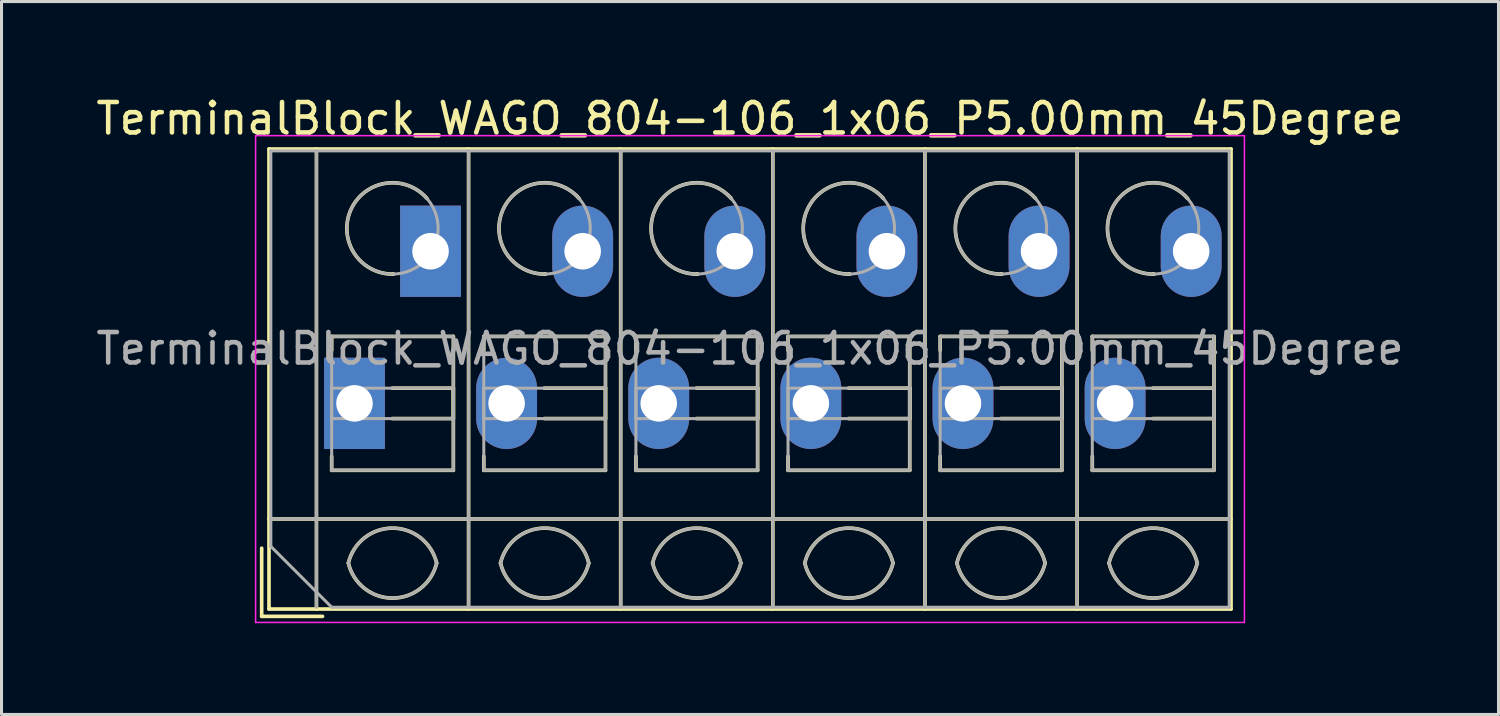
<source format=kicad_pcb>
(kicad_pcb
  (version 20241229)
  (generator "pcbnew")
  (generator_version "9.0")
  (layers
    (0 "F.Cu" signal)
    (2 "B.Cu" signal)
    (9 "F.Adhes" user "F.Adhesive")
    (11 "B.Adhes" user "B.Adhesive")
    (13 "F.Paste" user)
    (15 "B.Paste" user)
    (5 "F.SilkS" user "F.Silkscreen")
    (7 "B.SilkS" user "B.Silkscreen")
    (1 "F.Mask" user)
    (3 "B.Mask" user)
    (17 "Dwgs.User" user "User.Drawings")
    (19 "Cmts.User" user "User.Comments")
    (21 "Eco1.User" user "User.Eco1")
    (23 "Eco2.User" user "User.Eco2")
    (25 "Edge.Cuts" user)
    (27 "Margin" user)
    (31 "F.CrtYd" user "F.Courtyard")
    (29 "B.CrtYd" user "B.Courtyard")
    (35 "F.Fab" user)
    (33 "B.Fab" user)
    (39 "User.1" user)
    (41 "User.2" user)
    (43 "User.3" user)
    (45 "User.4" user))
  (footprint "TerminalBlock_WAGO_804-106_1x06_P5.00mm_45Degree"
    (layer "F.Cu")
    (at 8.601 10.208)
    (property "Reference" "TerminalBlock_WAGO_804-106_1x06_P5.00mm_45Degree" (at 13 -9.36 0) (layer "F.SilkS") (effects (font (size 1 1) (thickness 0.15))))
    (attr through_hole)
    (fp_line (start -3.05 4.76) (end -3.05 7) (stroke (width 0.12) (type solid)) (layer "F.SilkS"))
    (fp_line (start -3.05 7) (end -1.05 7) (stroke (width 0.12) (type solid)) (layer "F.SilkS"))
    (fp_line (start -2.81 -8.361) (end -2.81 6.76) (stroke (width 0.12) (type solid)) (layer "F.SilkS"))
    (fp_line (start -2.81 -8.361) (end 28.81 -8.361) (stroke (width 0.12) (type solid)) (layer "F.SilkS"))
    (fp_line (start -2.81 3.8) (end 28.81 3.8) (stroke (width 0.12) (type solid)) (layer "F.SilkS"))
    (fp_line (start -2.81 6.76) (end 28.81 6.76) (stroke (width 0.12) (type solid)) (layer "F.SilkS"))
    (fp_line (start -1.25 -8.361) (end -1.25 6.76) (stroke (width 0.12) (type solid)) (layer "F.SilkS"))
    (fp_line (start -0.75 -2.2) (end -0.75 -1.74) (stroke (width 0.12) (type solid)) (layer "F.SilkS"))
    (fp_line (start -0.75 -2.2) (end 3.25 -2.2) (stroke (width 0.12) (type solid)) (layer "F.SilkS"))
    (fp_line (start -0.75 1.74) (end -0.75 2.2) (stroke (width 0.12) (type solid)) (layer "F.SilkS"))
    (fp_line (start -0.75 2.2) (end 3.25 2.2) (stroke (width 0.12) (type solid)) (layer "F.SilkS"))
    (fp_line (start 1.24 -0.5) (end 3.25 -0.5) (stroke (width 0.12) (type solid)) (layer "F.SilkS"))
    (fp_line (start 1.24 0.5) (end 3.25 0.5) (stroke (width 0.12) (type solid)) (layer "F.SilkS"))
    (fp_line (start 3.25 -2.2) (end 3.25 2.2) (stroke (width 0.12) (type solid)) (layer "F.SilkS"))
    (fp_line (start 3.25 -0.5) (end 3.25 0.5) (stroke (width 0.12) (type solid)) (layer "F.SilkS"))
    (fp_line (start 3.75 -8.361) (end 3.75 6.76) (stroke (width 0.12) (type solid)) (layer "F.SilkS"))
    (fp_line (start 4.25 -2.2) (end 4.25 -1.74) (stroke (width 0.12) (type solid)) (layer "F.SilkS"))
    (fp_line (start 4.25 -2.2) (end 8.25 -2.2) (stroke (width 0.12) (type solid)) (layer "F.SilkS"))
    (fp_line (start 4.25 1.74) (end 4.25 2.2) (stroke (width 0.12) (type solid)) (layer "F.SilkS"))
    (fp_line (start 4.25 2.2) (end 8.25 2.2) (stroke (width 0.12) (type solid)) (layer "F.SilkS"))
    (fp_line (start 6.24 -0.5) (end 8.25 -0.5) (stroke (width 0.12) (type solid)) (layer "F.SilkS"))
    (fp_line (start 6.24 0.5) (end 8.25 0.5) (stroke (width 0.12) (type solid)) (layer "F.SilkS"))
    (fp_line (start 8.25 -2.2) (end 8.25 2.2) (stroke (width 0.12) (type solid)) (layer "F.SilkS"))
    (fp_line (start 8.25 -0.5) (end 8.25 0.5) (stroke (width 0.12) (type solid)) (layer "F.SilkS"))
    (fp_line (start 8.75 -8.361) (end 8.75 6.76) (stroke (width 0.12) (type solid)) (layer "F.SilkS"))
    (fp_line (start 9.25 -2.2) (end 9.25 -1.74) (stroke (width 0.12) (type solid)) (layer "F.SilkS"))
    (fp_line (start 9.25 -2.2) (end 13.25 -2.2) (stroke (width 0.12) (type solid)) (layer "F.SilkS"))
    (fp_line (start 9.25 1.74) (end 9.25 2.2) (stroke (width 0.12) (type solid)) (layer "F.SilkS"))
    (fp_line (start 9.25 2.2) (end 13.25 2.2) (stroke (width 0.12) (type solid)) (layer "F.SilkS"))
    (fp_line (start 11.24 -0.5) (end 13.25 -0.5) (stroke (width 0.12) (type solid)) (layer "F.SilkS"))
    (fp_line (start 11.24 0.5) (end 13.25 0.5) (stroke (width 0.12) (type solid)) (layer "F.SilkS"))
    (fp_line (start 13.25 -2.2) (end 13.25 2.2) (stroke (width 0.12) (type solid)) (layer "F.SilkS"))
    (fp_line (start 13.25 -0.5) (end 13.25 0.5) (stroke (width 0.12) (type solid)) (layer "F.SilkS"))
    (fp_line (start 13.75 -8.361) (end 13.75 6.76) (stroke (width 0.12) (type solid)) (layer "F.SilkS"))
    (fp_line (start 14.25 -2.2) (end 14.25 -1.74) (stroke (width 0.12) (type solid)) (layer "F.SilkS"))
    (fp_line (start 14.25 -2.2) (end 18.25 -2.2) (stroke (width 0.12) (type solid)) (layer "F.SilkS"))
    (fp_line (start 14.25 1.74) (end 14.25 2.2) (stroke (width 0.12) (type solid)) (layer "F.SilkS"))
    (fp_line (start 14.25 2.2) (end 18.25 2.2) (stroke (width 0.12) (type solid)) (layer "F.SilkS"))
    (fp_line (start 16.24 -0.5) (end 18.25 -0.5) (stroke (width 0.12) (type solid)) (layer "F.SilkS"))
    (fp_line (start 16.24 0.5) (end 18.25 0.5) (stroke (width 0.12) (type solid)) (layer "F.SilkS"))
    (fp_line (start 18.25 -2.2) (end 18.25 2.2) (stroke (width 0.12) (type solid)) (layer "F.SilkS"))
    (fp_line (start 18.25 -0.5) (end 18.25 0.5) (stroke (width 0.12) (type solid)) (layer "F.SilkS"))
    (fp_line (start 18.75 -8.361) (end 18.75 6.76) (stroke (width 0.12) (type solid)) (layer "F.SilkS"))
    (fp_line (start 19.25 -2.2) (end 19.25 -1.74) (stroke (width 0.12) (type solid)) (layer "F.SilkS"))
    (fp_line (start 19.25 -2.2) (end 23.25 -2.2) (stroke (width 0.12) (type solid)) (layer "F.SilkS"))
    (fp_line (start 19.25 1.74) (end 19.25 2.2) (stroke (width 0.12) (type solid)) (layer "F.SilkS"))
    (fp_line (start 19.25 2.2) (end 23.25 2.2) (stroke (width 0.12) (type solid)) (layer "F.SilkS"))
    (fp_line (start 21.24 -0.5) (end 23.25 -0.5) (stroke (width 0.12) (type solid)) (layer "F.SilkS"))
    (fp_line (start 21.24 0.5) (end 23.25 0.5) (stroke (width 0.12) (type solid)) (layer "F.SilkS"))
    (fp_line (start 23.25 -2.2) (end 23.25 2.2) (stroke (width 0.12) (type solid)) (layer "F.SilkS"))
    (fp_line (start 23.25 -0.5) (end 23.25 0.5) (stroke (width 0.12) (type solid)) (layer "F.SilkS"))
    (fp_line (start 23.75 -8.361) (end 23.75 6.76) (stroke (width 0.12) (type solid)) (layer "F.SilkS"))
    (fp_line (start 24.25 -2.2) (end 24.25 -1.74) (stroke (width 0.12) (type solid)) (layer "F.SilkS"))
    (fp_line (start 24.25 -2.2) (end 28.25 -2.2) (stroke (width 0.12) (type solid)) (layer "F.SilkS"))
    (fp_line (start 24.25 1.74) (end 24.25 2.2) (stroke (width 0.12) (type solid)) (layer "F.SilkS"))
    (fp_line (start 24.25 2.2) (end 28.25 2.2) (stroke (width 0.12) (type solid)) (layer "F.SilkS"))
    (fp_line (start 26.24 -0.5) (end 28.25 -0.5) (stroke (width 0.12) (type solid)) (layer "F.SilkS"))
    (fp_line (start 26.24 0.5) (end 28.25 0.5) (stroke (width 0.12) (type solid)) (layer "F.SilkS"))
    (fp_line (start 28.25 -2.2) (end 28.25 2.2) (stroke (width 0.12) (type solid)) (layer "F.SilkS"))
    (fp_line (start 28.25 -0.5) (end 28.25 0.5) (stroke (width 0.12) (type solid)) (layer "F.SilkS"))
    (fp_line (start 28.81 -8.361) (end 28.81 6.76) (stroke (width 0.12) (type solid)) (layer "F.SilkS"))
    (fp_arc (start -0.200865 5.250424) (mid 1.250296 4.099926) (end 2.701 5.251) (stroke (width 0.12) (type solid)) (layer "F.SilkS"))
    (fp_arc (start 1.276179 -4.250228) (mid 1.26309 -4.250057) (end 1.25 -4.25) (stroke (width 0.12) (type solid)) (layer "F.SilkS"))
    (fp_arc (start 1.276275 -4.248926) (mid -0.121539 -6.360568) (end 2.383 -6.735) (stroke (width 0.12) (type solid)) (layer "F.SilkS"))
    (fp_arc (start 2.7 5.25) (mid 1.250068 6.400101) (end -0.199969 5.250133) (stroke (width 0.12) (type solid)) (layer "F.SilkS"))
    (fp_arc (start 4.799135 5.250424) (mid 6.250296 4.099926) (end 7.701 5.251) (stroke (width 0.12) (type solid)) (layer "F.SilkS"))
    (fp_arc (start 6.276179 -4.250228) (mid 6.26309 -4.250057) (end 6.25 -4.25) (stroke (width 0.12) (type solid)) (layer "F.SilkS"))
    (fp_arc (start 6.276275 -4.248926) (mid 4.878461 -6.360568) (end 7.383 -6.735) (stroke (width 0.12) (type solid)) (layer "F.SilkS"))
    (fp_arc (start 7.7 5.25) (mid 6.250068 6.400101) (end 4.800031 5.250133) (stroke (width 0.12) (type solid)) (layer "F.SilkS"))
    (fp_arc (start 9.799135 5.250424) (mid 11.250296 4.099926) (end 12.701 5.251) (stroke (width 0.12) (type solid)) (layer "F.SilkS"))
    (fp_arc (start 11.276179 -4.250228) (mid 11.26309 -4.250057) (end 11.25 -4.25) (stroke (width 0.12) (type solid)) (layer "F.SilkS"))
    (fp_arc (start 11.276275 -4.248926) (mid 9.878461 -6.360568) (end 12.383 -6.735) (stroke (width 0.12) (type solid)) (layer "F.SilkS"))
    (fp_arc (start 12.7 5.25) (mid 11.250068 6.400101) (end 9.800031 5.250133) (stroke (width 0.12) (type solid)) (layer "F.SilkS"))
    (fp_arc (start 14.799135 5.250424) (mid 16.250296 4.099926) (end 17.701 5.251) (stroke (width 0.12) (type solid)) (layer "F.SilkS"))
    (fp_arc (start 16.276179 -4.250228) (mid 16.26309 -4.250057) (end 16.25 -4.25) (stroke (width 0.12) (type solid)) (layer "F.SilkS"))
    (fp_arc (start 16.276275 -4.248926) (mid 14.878461 -6.360568) (end 17.383 -6.735) (stroke (width 0.12) (type solid)) (layer "F.SilkS"))
    (fp_arc (start 17.7 5.25) (mid 16.250068 6.400101) (end 14.800031 5.250133) (stroke (width 0.12) (type solid)) (layer "F.SilkS"))
    (fp_arc (start 19.799135 5.250424) (mid 21.250296 4.099926) (end 22.701 5.251) (stroke (width 0.12) (type solid)) (layer "F.SilkS"))
    (fp_arc (start 21.276179 -4.250228) (mid 21.26309 -4.250057) (end 21.25 -4.25) (stroke (width 0.12) (type solid)) (layer "F.SilkS"))
    (fp_arc (start 21.276275 -4.248926) (mid 19.878461 -6.360568) (end 22.383 -6.735) (stroke (width 0.12) (type solid)) (layer "F.SilkS"))
    (fp_arc (start 22.7 5.25) (mid 21.250068 6.400101) (end 19.800031 5.250133) (stroke (width 0.12) (type solid)) (layer "F.SilkS"))
    (fp_arc (start 24.799135 5.250424) (mid 26.250296 4.099926) (end 27.701 5.251) (stroke (width 0.12) (type solid)) (layer "F.SilkS"))
    (fp_arc (start 26.276179 -4.250228) (mid 26.26309 -4.250057) (end 26.25 -4.25) (stroke (width 0.12) (type solid)) (layer "F.SilkS"))
    (fp_arc (start 26.276275 -4.248926) (mid 24.878461 -6.360568) (end 27.383 -6.735) (stroke (width 0.12) (type solid)) (layer "F.SilkS"))
    (fp_arc (start 27.7 5.25) (mid 26.250068 6.400101) (end 24.800031 5.250133) (stroke (width 0.12) (type solid)) (layer "F.SilkS"))
    (fp_line (start -3.25 -8.8) (end -3.25 7.2) (stroke (width 0.05) (type solid)) (layer "F.CrtYd"))
    (fp_line (start -3.25 7.2) (end 29.25 7.2) (stroke (width 0.05) (type solid)) (layer "F.CrtYd"))
    (fp_line (start 29.25 -8.8) (end -3.25 -8.8) (stroke (width 0.05) (type solid)) (layer "F.CrtYd"))
    (fp_line (start 29.25 7.2) (end 29.25 -8.8) (stroke (width 0.05) (type solid)) (layer "F.CrtYd"))
    (fp_line (start -2.75 -8.3) (end 28.75 -8.3) (stroke (width 0.1) (type solid)) (layer "F.Fab"))
    (fp_line (start -2.75 3.8) (end 28.75 3.8) (stroke (width 0.1) (type solid)) (layer "F.Fab"))
    (fp_line (start -2.75 4.7) (end -2.75 -8.3) (stroke (width 0.1) (type solid)) (layer "F.Fab"))
    (fp_line (start -1.25 -8.3) (end -1.25 6.7) (stroke (width 0.1) (type solid)) (layer "F.Fab"))
    (fp_line (start -0.75 -2.2) (end -0.75 2.2) (stroke (width 0.1) (type solid)) (layer "F.Fab"))
    (fp_line (start -0.75 -0.5) (end -0.75 0.5) (stroke (width 0.1) (type solid)) (layer "F.Fab"))
    (fp_line (start -0.75 0.5) (end 3.25 0.5) (stroke (width 0.1) (type solid)) (layer "F.Fab"))
    (fp_line (start -0.75 2.2) (end 3.25 2.2) (stroke (width 0.1) (type solid)) (layer "F.Fab"))
    (fp_line (start -0.75 6.7) (end -2.75 4.7) (stroke (width 0.1) (type solid)) (layer "F.Fab"))
    (fp_line (start 3.25 -2.2) (end -0.75 -2.2) (stroke (width 0.1) (type solid)) (layer "F.Fab"))
    (fp_line (start 3.25 -0.5) (end -0.75 -0.5) (stroke (width 0.1) (type solid)) (layer "F.Fab"))
    (fp_line (start 3.25 0.5) (end 3.25 -0.5) (stroke (width 0.1) (type solid)) (layer "F.Fab"))
    (fp_line (start 3.25 2.2) (end 3.25 -2.2) (stroke (width 0.1) (type solid)) (layer "F.Fab"))
    (fp_line (start 3.75 -8.3) (end 3.75 6.7) (stroke (width 0.1) (type solid)) (layer "F.Fab"))
    (fp_line (start 4.25 -2.2) (end 4.25 2.2) (stroke (width 0.1) (type solid)) (layer "F.Fab"))
    (fp_line (start 4.25 -0.5) (end 4.25 0.5) (stroke (width 0.1) (type solid)) (layer "F.Fab"))
    (fp_line (start 4.25 0.5) (end 8.25 0.5) (stroke (width 0.1) (type solid)) (layer "F.Fab"))
    (fp_line (start 4.25 2.2) (end 8.25 2.2) (stroke (width 0.1) (type solid)) (layer "F.Fab"))
    (fp_line (start 8.25 -2.2) (end 4.25 -2.2) (stroke (width 0.1) (type solid)) (layer "F.Fab"))
    (fp_line (start 8.25 -0.5) (end 4.25 -0.5) (stroke (width 0.1) (type solid)) (layer "F.Fab"))
    (fp_line (start 8.25 0.5) (end 8.25 -0.5) (stroke (width 0.1) (type solid)) (layer "F.Fab"))
    (fp_line (start 8.25 2.2) (end 8.25 -2.2) (stroke (width 0.1) (type solid)) (layer "F.Fab"))
    (fp_line (start 8.75 -8.3) (end 8.75 6.7) (stroke (width 0.1) (type solid)) (layer "F.Fab"))
    (fp_line (start 9.25 -2.2) (end 9.25 2.2) (stroke (width 0.1) (type solid)) (layer "F.Fab"))
    (fp_line (start 9.25 -0.5) (end 9.25 0.5) (stroke (width 0.1) (type solid)) (layer "F.Fab"))
    (fp_line (start 9.25 0.5) (end 13.25 0.5) (stroke (width 0.1) (type solid)) (layer "F.Fab"))
    (fp_line (start 9.25 2.2) (end 13.25 2.2) (stroke (width 0.1) (type solid)) (layer "F.Fab"))
    (fp_line (start 13.25 -2.2) (end 9.25 -2.2) (stroke (width 0.1) (type solid)) (layer "F.Fab"))
    (fp_line (start 13.25 -0.5) (end 9.25 -0.5) (stroke (width 0.1) (type solid)) (layer "F.Fab"))
    (fp_line (start 13.25 0.5) (end 13.25 -0.5) (stroke (width 0.1) (type solid)) (layer "F.Fab"))
    (fp_line (start 13.25 2.2) (end 13.25 -2.2) (stroke (width 0.1) (type solid)) (layer "F.Fab"))
    (fp_line (start 13.75 -8.3) (end 13.75 6.7) (stroke (width 0.1) (type solid)) (layer "F.Fab"))
    (fp_line (start 14.25 -2.2) (end 14.25 2.2) (stroke (width 0.1) (type solid)) (layer "F.Fab"))
    (fp_line (start 14.25 -0.5) (end 14.25 0.5) (stroke (width 0.1) (type solid)) (layer "F.Fab"))
    (fp_line (start 14.25 0.5) (end 18.25 0.5) (stroke (width 0.1) (type solid)) (layer "F.Fab"))
    (fp_line (start 14.25 2.2) (end 18.25 2.2) (stroke (width 0.1) (type solid)) (layer "F.Fab"))
    (fp_line (start 18.25 -2.2) (end 14.25 -2.2) (stroke (width 0.1) (type solid)) (layer "F.Fab"))
    (fp_line (start 18.25 -0.5) (end 14.25 -0.5) (stroke (width 0.1) (type solid)) (layer "F.Fab"))
    (fp_line (start 18.25 0.5) (end 18.25 -0.5) (stroke (width 0.1) (type solid)) (layer "F.Fab"))
    (fp_line (start 18.25 2.2) (end 18.25 -2.2) (stroke (width 0.1) (type solid)) (layer "F.Fab"))
    (fp_line (start 18.75 -8.3) (end 18.75 6.7) (stroke (width 0.1) (type solid)) (layer "F.Fab"))
    (fp_line (start 19.25 -2.2) (end 19.25 2.2) (stroke (width 0.1) (type solid)) (layer "F.Fab"))
    (fp_line (start 19.25 -0.5) (end 19.25 0.5) (stroke (width 0.1) (type solid)) (layer "F.Fab"))
    (fp_line (start 19.25 0.5) (end 23.25 0.5) (stroke (width 0.1) (type solid)) (layer "F.Fab"))
    (fp_line (start 19.25 2.2) (end 23.25 2.2) (stroke (width 0.1) (type solid)) (layer "F.Fab"))
    (fp_line (start 23.25 -2.2) (end 19.25 -2.2) (stroke (width 0.1) (type solid)) (layer "F.Fab"))
    (fp_line (start 23.25 -0.5) (end 19.25 -0.5) (stroke (width 0.1) (type solid)) (layer "F.Fab"))
    (fp_line (start 23.25 0.5) (end 23.25 -0.5) (stroke (width 0.1) (type solid)) (layer "F.Fab"))
    (fp_line (start 23.25 2.2) (end 23.25 -2.2) (stroke (width 0.1) (type solid)) (layer "F.Fab"))
    (fp_line (start 23.75 -8.3) (end 23.75 6.7) (stroke (width 0.1) (type solid)) (layer "F.Fab"))
    (fp_line (start 24.25 -2.2) (end 24.25 2.2) (stroke (width 0.1) (type solid)) (layer "F.Fab"))
    (fp_line (start 24.25 -0.5) (end 24.25 0.5) (stroke (width 0.1) (type solid)) (layer "F.Fab"))
    (fp_line (start 24.25 0.5) (end 28.25 0.5) (stroke (width 0.1) (type solid)) (layer "F.Fab"))
    (fp_line (start 24.25 2.2) (end 28.25 2.2) (stroke (width 0.1) (type solid)) (layer "F.Fab"))
    (fp_line (start 28.25 -2.2) (end 24.25 -2.2) (stroke (width 0.1) (type solid)) (layer "F.Fab"))
    (fp_line (start 28.25 -0.5) (end 24.25 -0.5) (stroke (width 0.1) (type solid)) (layer "F.Fab"))
    (fp_line (start 28.25 0.5) (end 28.25 -0.5) (stroke (width 0.1) (type solid)) (layer "F.Fab"))
    (fp_line (start 28.25 2.2) (end 28.25 -2.2) (stroke (width 0.1) (type solid)) (layer "F.Fab"))
    (fp_line (start 28.75 -8.3) (end 28.75 6.7) (stroke (width 0.1) (type solid)) (layer "F.Fab"))
    (fp_line (start 28.75 6.7) (end -0.75 6.7) (stroke (width 0.1) (type solid)) (layer "F.Fab"))
    (fp_arc (start -0.200865 5.250424) (mid 1.250296 4.099926) (end 2.701 5.251) (stroke (width 0.1) (type solid)) (layer "F.Fab"))
    (fp_arc (start 2.7 5.25) (mid 1.250068 6.400101) (end -0.199969 5.250133) (stroke (width 0.1) (type solid)) (layer "F.Fab"))
    (fp_arc (start 4.799135 5.250424) (mid 6.250296 4.099926) (end 7.701 5.251) (stroke (width 0.1) (type solid)) (layer "F.Fab"))
    (fp_arc (start 7.7 5.25) (mid 6.250068 6.400101) (end 4.800031 5.250133) (stroke (width 0.1) (type solid)) (layer "F.Fab"))
    (fp_arc (start 9.799135 5.250424) (mid 11.250296 4.099926) (end 12.701 5.251) (stroke (width 0.1) (type solid)) (layer "F.Fab"))
    (fp_arc (start 12.7 5.25) (mid 11.250068 6.400101) (end 9.800031 5.250133) (stroke (width 0.1) (type solid)) (layer "F.Fab"))
    (fp_arc (start 14.799135 5.250424) (mid 16.250296 4.099926) (end 17.701 5.251) (stroke (width 0.1) (type solid)) (layer "F.Fab"))
    (fp_arc (start 17.7 5.25) (mid 16.250068 6.400101) (end 14.800031 5.250133) (stroke (width 0.1) (type solid)) (layer "F.Fab"))
    (fp_arc (start 19.799135 5.250424) (mid 21.250296 4.099926) (end 22.701 5.251) (stroke (width 0.1) (type solid)) (layer "F.Fab"))
    (fp_arc (start 22.7 5.25) (mid 21.250068 6.400101) (end 19.800031 5.250133) (stroke (width 0.1) (type solid)) (layer "F.Fab"))
    (fp_arc (start 24.799135 5.250424) (mid 26.250296 4.099926) (end 27.701 5.251) (stroke (width 0.1) (type solid)) (layer "F.Fab"))
    (fp_arc (start 27.7 5.25) (mid 26.250068 6.400101) (end 24.800031 5.250133) (stroke (width 0.1) (type solid)) (layer "F.Fab"))
    (fp_circle (center 1.25 -5.75) (end 2.75 -5.75) (stroke (width 0.1) (type solid)) (fill no) (layer "F.Fab"))
    (fp_circle (center 6.25 -5.75) (end 7.75 -5.75) (stroke (width 0.1) (type solid)) (fill no) (layer "F.Fab"))
    (fp_circle (center 11.25 -5.75) (end 12.75 -5.75) (stroke (width 0.1) (type solid)) (fill no) (layer "F.Fab"))
    (fp_circle (center 16.25 -5.75) (end 17.75 -5.75) (stroke (width 0.1) (type solid)) (fill no) (layer "F.Fab"))
    (fp_circle (center 21.25 -5.75) (end 22.75 -5.75) (stroke (width 0.1) (type solid)) (fill no) (layer "F.Fab"))
    (fp_circle (center 26.25 -5.75) (end 27.75 -5.75) (stroke (width 0.1) (type solid)) (fill no) (layer "F.Fab"))
    (fp_text user "${REFERENCE}" (at 13 -1.8 0) (layer "F.Fab") (effects (font (size 1 1) (thickness 0.15))))
    (pad "1" thru_hole rect (at 0 0) (size 2 3) (drill 1.2) (layers "*.Cu" "*.Mask"))
    (pad "1" thru_hole rect (at 2.5 -5) (size 2 3) (drill 1.2) (layers "*.Cu" "*.Mask"))
    (pad "2" thru_hole oval (at 5 0) (size 2 3) (drill 1.2) (layers "*.Cu" "*.Mask"))
    (pad "2" thru_hole oval (at 7.5 -5) (size 2 3) (drill 1.2) (layers "*.Cu" "*.Mask"))
    (pad "3" thru_hole oval (at 10 0) (size 2 3) (drill 1.2) (layers "*.Cu" "*.Mask"))
    (pad "3" thru_hole oval (at 12.5 -5) (size 2 3) (drill 1.2) (layers "*.Cu" "*.Mask"))
    (pad "4" thru_hole oval (at 15 0) (size 2 3) (drill 1.2) (layers "*.Cu" "*.Mask"))
    (pad "4" thru_hole oval (at 17.5 -5) (size 2 3) (drill 1.2) (layers "*.Cu" "*.Mask"))
    (pad "5" thru_hole oval (at 20 0) (size 2 3) (drill 1.2) (layers "*.Cu" "*.Mask"))
    (pad "5" thru_hole oval (at 22.5 -5) (size 2 3) (drill 1.2) (layers "*.Cu" "*.Mask"))
    (pad "6" thru_hole oval (at 25 0) (size 2 3) (drill 1.2) (layers "*.Cu" "*.Mask"))
    (pad "6" thru_hole oval (at 27.5 -5) (size 2 3) (drill 1.2) (layers "*.Cu" "*.Mask")))
  (gr_rect
    (start -3 -3)
    (end 46.202 20.433)
    (stroke (width 0.1) (type default))
    (fill no)
    (layer "Edge.Cuts")))
</source>
